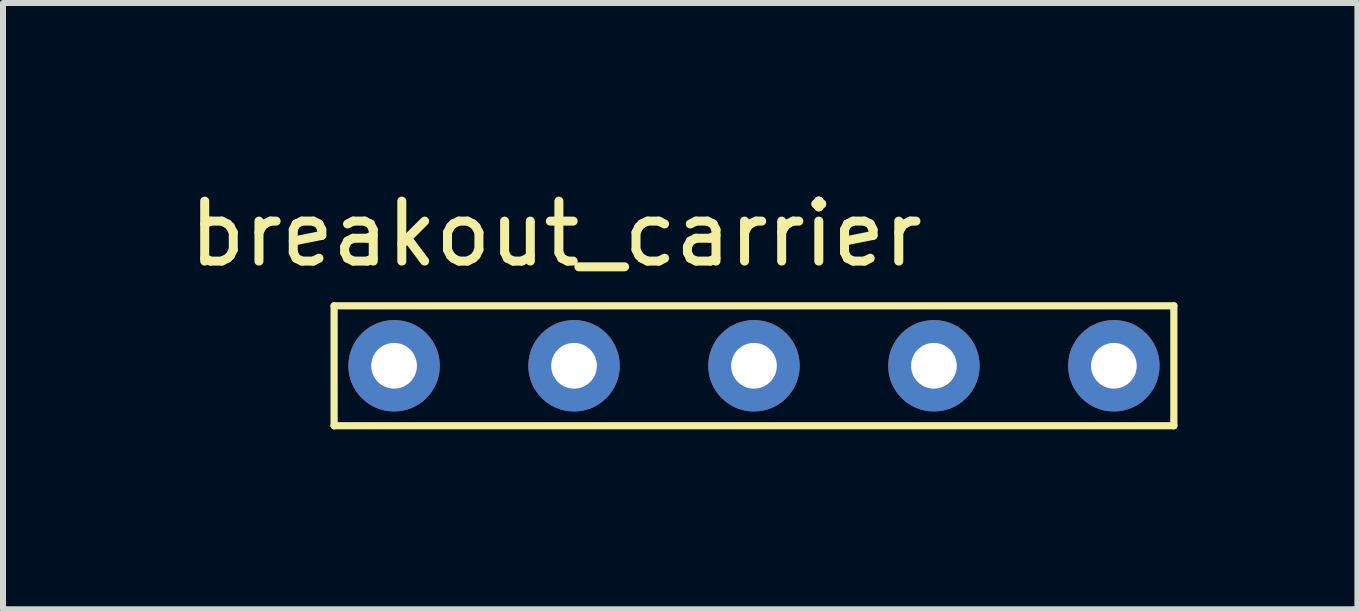
<source format=kicad_pcb>
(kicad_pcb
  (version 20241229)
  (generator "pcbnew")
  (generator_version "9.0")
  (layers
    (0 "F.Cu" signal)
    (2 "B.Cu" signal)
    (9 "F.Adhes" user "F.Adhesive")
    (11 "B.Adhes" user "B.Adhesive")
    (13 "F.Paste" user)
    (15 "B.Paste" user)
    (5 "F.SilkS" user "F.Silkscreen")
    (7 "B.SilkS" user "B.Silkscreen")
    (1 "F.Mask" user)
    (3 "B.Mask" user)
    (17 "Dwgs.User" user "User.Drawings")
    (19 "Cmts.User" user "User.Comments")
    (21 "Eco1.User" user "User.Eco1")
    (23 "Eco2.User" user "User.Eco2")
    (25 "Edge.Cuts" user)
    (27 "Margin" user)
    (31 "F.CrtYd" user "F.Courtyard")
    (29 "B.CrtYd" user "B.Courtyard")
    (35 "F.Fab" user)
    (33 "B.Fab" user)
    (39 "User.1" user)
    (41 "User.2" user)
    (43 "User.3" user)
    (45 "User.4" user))
  (footprint "breakout_carrier"
    (layer "F.Cu")
    (at 6.52 2.048)
    (property "Reference" "breakout_carrier" (at -0.3 -1.2 0) (layer "F.SilkS") (effects (font (size 1 1) (thickness 0.15))))
    (attr through_hole)
    (fp_line (start -4 0) (end -4 2) (stroke (width 0.12) (type solid)) (layer "F.SilkS"))
    (fp_line (start -4 2) (end 10 2) (stroke (width 0.12) (type solid)) (layer "F.SilkS"))
    (fp_line (start 10 0) (end -4 0) (stroke (width 0.12) (type solid)) (layer "F.SilkS"))
    (fp_line (start 10 2) (end 10 0) (stroke (width 0.12) (type solid)) (layer "F.SilkS"))
    (pad "1" thru_hole circle (at -3 1) (size 1.524 1.524) (drill 0.762) (layers "*.Cu" "*.Mask"))
    (pad "2" thru_hole circle (at 0 1) (size 1.524 1.524) (drill 0.762) (layers "*.Cu" "*.Mask"))
    (pad "3" thru_hole circle (at 3 1) (size 1.524 1.524) (drill 0.762) (layers "*.Cu" "*.Mask"))
    (pad "4" thru_hole circle (at 6 1) (size 1.524 1.524) (drill 0.762) (layers "*.Cu" "*.Mask"))
    (pad "5" thru_hole circle (at 9 1) (size 1.524 1.524) (drill 0.762) (layers "*.Cu" "*.Mask")))
  (gr_rect
    (start -3 -3)
    (end 19.58 7.108)
    (stroke (width 0.1) (type default))
    (fill no)
    (layer "Edge.Cuts")))
</source>
